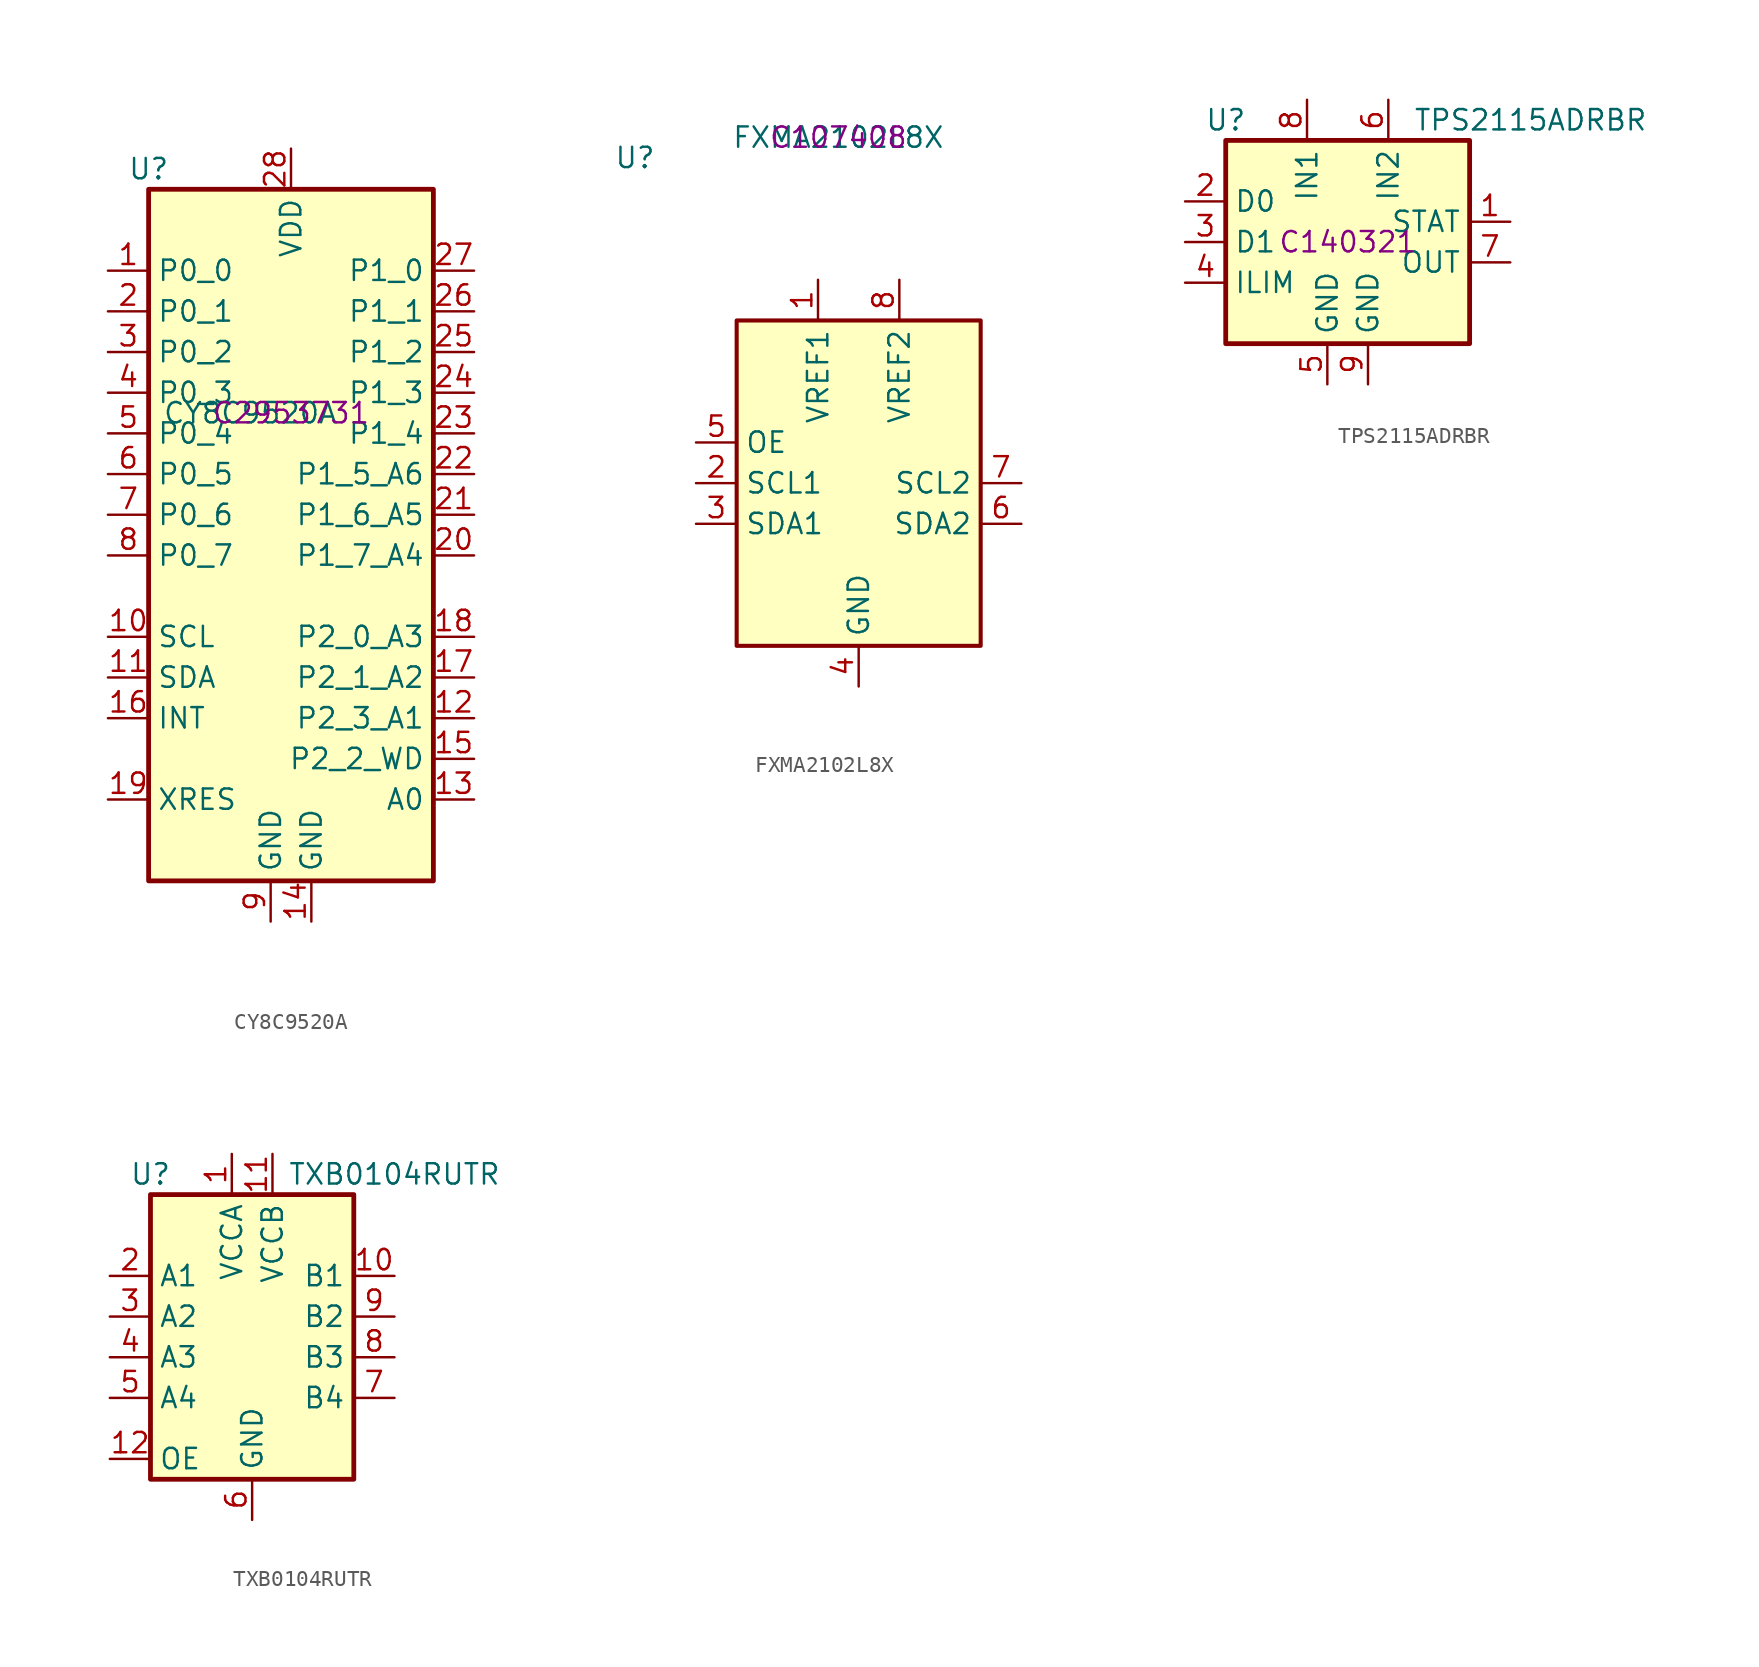
<source format=kicad_sym>
(kicad_symbol_lib
  (version 20220914)
  (generator kicad_symbol_editor)
  (symbol "CY8C9520A"
    (property "Reference" "U"
      (at -8.89 15.24 0)
      (effects (font (size 1.27 1.27))))
    (property "Value" "CY8C9520A"
      (at -2.54 0 0)
      (effects (font (size 1.27 1.27))))
    (property "LCSC Part" "C2953731"
      (at 0 0 0)
      (effects (font (size 1.27 1.27))))
    (symbol "CY8C9520A_1_0"
      (pin input line (at -11.43 -13.97 0) (length 2.54) (name "SCL" (effects (font (size 1.27 1.27)))) (number "10" (effects (font (size 1.27 1.27)))))
      (pin bidirectional line (at -11.43 -16.51 0) (length 2.54) (name "SDA" (effects (font (size 1.27 1.27)))) (number "11" (effects (font (size 1.27 1.27)))))
      (pin bidirectional line (at 11.43 -19.05 180) (length 2.54) (name "P2_3_A1" (effects (font (size 1.27 1.27)))) (number "12" (effects (font (size 1.27 1.27)))))
      (pin bidirectional line (at 11.43 -24.13 180) (length 2.54) (name "A0" (effects (font (size 1.27 1.27)))) (number "13" (effects (font (size 1.27 1.27)))))
      (pin power_in line (at 1.27 -31.75 90) (length 2.54) (name "GND" (effects (font (size 1.27 1.27)))) (number "14" (effects (font (size 1.27 1.27)))))
      (pin bidirectional line (at 11.43 -21.59 180) (length 2.54) (name "P2_2_WD" (effects (font (size 1.27 1.27)))) (number "15" (effects (font (size 1.27 1.27)))))
      (pin output line (at -11.43 -19.05 0) (length 2.54) (name "INT" (effects (font (size 1.27 1.27)))) (number "16" (effects (font (size 1.27 1.27)))))
      (pin bidirectional line (at 11.43 -16.51 180) (length 2.54) (name "P2_1_A2" (effects (font (size 1.27 1.27)))) (number "17" (effects (font (size 1.27 1.27)))))
      (pin bidirectional line (at 11.43 -13.97 180) (length 2.54) (name "P2_0_A3" (effects (font (size 1.27 1.27)))) (number "18" (effects (font (size 1.27 1.27)))))
      (pin input line (at -11.43 -24.13 0) (length 2.54) (name "XRES" (effects (font (size 1.27 1.27)))) (number "19" (effects (font (size 1.27 1.27)))))
      (pin bidirectional line (at -11.43 6.35 0) (length 2.54) (name "P0_1" (effects (font (size 1.27 1.27)))) (number "2" (effects (font (size 1.27 1.27)))))
      (pin bidirectional line (at 11.43 -8.89 180) (length 2.54) (name "P1_7_A4" (effects (font (size 1.27 1.27)))) (number "20" (effects (font (size 1.27 1.27)))))
      (pin bidirectional line (at 11.43 -6.35 180) (length 2.54) (name "P1_6_A5" (effects (font (size 1.27 1.27)))) (number "21" (effects (font (size 1.27 1.27)))))
      (pin bidirectional line (at 11.43 -3.81 180) (length 2.54) (name "P1_5_A6" (effects (font (size 1.27 1.27)))) (number "22" (effects (font (size 1.27 1.27)))))
      (pin bidirectional line (at 11.43 -1.27 180) (length 2.54) (name "P1_4" (effects (font (size 1.27 1.27)))) (number "23" (effects (font (size 1.27 1.27)))))
      (pin bidirectional line (at 11.43 1.27 180) (length 2.54) (name "P1_3" (effects (font (size 1.27 1.27)))) (number "24" (effects (font (size 1.27 1.27)))))
      (pin bidirectional line (at 11.43 3.81 180) (length 2.54) (name "P1_2" (effects (font (size 1.27 1.27)))) (number "25" (effects (font (size 1.27 1.27)))))
      (pin bidirectional line (at 11.43 6.35 180) (length 2.54) (name "P1_1" (effects (font (size 1.27 1.27)))) (number "26" (effects (font (size 1.27 1.27)))))
      (pin bidirectional line (at 11.43 8.89 180) (length 2.54) (name "P1_0" (effects (font (size 1.27 1.27)))) (number "27" (effects (font (size 1.27 1.27)))))
      (pin power_in line (at 0 16.51 270) (length 2.54) (name "VDD" (effects (font (size 1.27 1.27)))) (number "28" (effects (font (size 1.27 1.27)))))
      (pin bidirectional line (at -11.43 3.81 0) (length 2.54) (name "P0_2" (effects (font (size 1.27 1.27)))) (number "3" (effects (font (size 1.27 1.27)))))
      (pin bidirectional line (at -11.43 1.27 0) (length 2.54) (name "P0_3" (effects (font (size 1.27 1.27)))) (number "4" (effects (font (size 1.27 1.27)))))
      (pin bidirectional line (at -11.43 -1.27 0) (length 2.54) (name "P0_4" (effects (font (size 1.27 1.27)))) (number "5" (effects (font (size 1.27 1.27)))))
      (pin bidirectional line (at -11.43 -3.81 0) (length 2.54) (name "P0_5" (effects (font (size 1.27 1.27)))) (number "6" (effects (font (size 1.27 1.27)))))
      (pin bidirectional line (at -11.43 -6.35 0) (length 2.54) (name "P0_6" (effects (font (size 1.27 1.27)))) (number "7" (effects (font (size 1.27 1.27)))))
      (pin bidirectional line (at -11.43 -8.89 0) (length 2.54) (name "P0_7" (effects (font (size 1.27 1.27)))) (number "8" (effects (font (size 1.27 1.27)))))
      (pin power_in line (at -1.27 -31.75 90) (length 2.54) (name "GND" (effects (font (size 1.27 1.27)))) (number "9" (effects (font (size 1.27 1.27))))))
    (symbol "CY8C9520A_1_1"
      (rectangle (start -8.89 13.97) (end 8.89 -29.21) (stroke (width 0.3) (type default)) (fill (type background)))
      (pin bidirectional line (at -11.43 8.89 0) (length 2.54) (name "P0_0" (effects (font (size 1.27 1.27)))) (number "1" (effects (font (size 1.27 1.27)))))))
  (symbol "FXMA2102L8X"
    (property "Reference" "U"
      (at -13.97 21.59 0)
      (effects (font (size 1.27 1.27))))
    (property "Value" "FXMA2102L8X"
      (at -1.27 22.86 0)
      (effects (font (size 1.27 1.27))))
    (property "LCSC Part" "C107408"
      (at -1.27 22.86 0)
      (effects (font (size 1.27 1.27))))
    (symbol "FXMA2102L8X_0_1"
      (rectangle (start -7.62 11.43) (end 7.62 -8.89) (stroke (width 0.254) (type default)) (fill (type background))))
    (symbol "FXMA2102L8X_1_1"
      (pin power_in line (at -2.54 13.97 270) (length 2.54) (name "VREF1" (effects (font (size 1.27 1.27)))) (number "1" (effects (font (size 1.27 1.27)))))
      (pin bidirectional line (at -10.16 1.27 0) (length 2.54) (name "SCL1" (effects (font (size 1.27 1.27)))) (number "2" (effects (font (size 1.27 1.27)))))
      (pin bidirectional line (at -10.16 -1.27 0) (length 2.54) (name "SDA1" (effects (font (size 1.27 1.27)))) (number "3" (effects (font (size 1.27 1.27)))))
      (pin power_in line (at 0 -11.43 90) (length 2.54) (name "GND" (effects (font (size 1.27 1.27)))) (number "4" (effects (font (size 1.27 1.27)))))
      (pin input line (at -10.16 3.81 0) (length 2.54) (name "OE" (effects (font (size 1.27 1.27)))) (number "5" (effects (font (size 1.27 1.27)))))
      (pin bidirectional line (at 10.16 -1.27 180) (length 2.54) (name "SDA2" (effects (font (size 1.27 1.27)))) (number "6" (effects (font (size 1.27 1.27)))))
      (pin bidirectional line (at 10.16 1.27 180) (length 2.54) (name "SCL2" (effects (font (size 1.27 1.27)))) (number "7" (effects (font (size 1.27 1.27)))))
      (pin power_in line (at 2.54 13.97 270) (length 2.54) (name "VREF2" (effects (font (size 1.27 1.27)))) (number "8" (effects (font (size 1.27 1.27)))))))
  (symbol "TPS2115ADRBR"
    (property "Reference" "U"
      (at -7.62 7.62 0)
      (effects (font (size 1.27 1.27))))
    (property "Value" "TPS2115ADRBR"
      (at 11.43 7.62 0)
      (effects (font (size 1.27 1.27))))
    (property "LCSC Part" "C140321"
      (at 0 0 0)
      (effects (font (size 1.27 1.27))))
    (symbol "TPS2115ADRBR_1_1"
      (rectangle (start -7.62 6.35) (end 7.62 -6.35) (stroke (width 0.3) (type default)) (fill (type background)))
      (pin open_collector line (at 10.16 1.27 180) (length 2.54) (name "STAT" (effects (font (size 1.27 1.27)))) (number "1" (effects (font (size 1.27 1.27)))))
      (pin input line (at -10.16 2.54 0) (length 2.54) (name "D0" (effects (font (size 1.27 1.27)))) (number "2" (effects (font (size 1.27 1.27)))))
      (pin input line (at -10.16 0 0) (length 2.54) (name "D1" (effects (font (size 1.27 1.27)))) (number "3" (effects (font (size 1.27 1.27)))))
      (pin input line (at -10.16 -2.54 0) (length 2.54) (name "ILIM" (effects (font (size 1.27 1.27)))) (number "4" (effects (font (size 1.27 1.27)))))
      (pin power_in line (at -1.27 -8.89 90) (length 2.54) (name "GND" (effects (font (size 1.27 1.27)))) (number "5" (effects (font (size 1.27 1.27)))))
      (pin power_in line (at 2.54 8.89 270) (length 2.54) (name "IN2" (effects (font (size 1.27 1.27)))) (number "6" (effects (font (size 1.27 1.27)))))
      (pin power_out line (at 10.16 -1.27 180) (length 2.54) (name "OUT" (effects (font (size 1.27 1.27)))) (number "7" (effects (font (size 1.27 1.27)))))
      (pin power_in line (at -2.54 8.89 270) (length 2.54) (name "IN1" (effects (font (size 1.27 1.27)))) (number "8" (effects (font (size 1.27 1.27)))))
      (pin power_in line (at 1.27 -8.89 90) (length 2.54) (name "GND" (effects (font (size 1.27 1.27)))) (number "9" (effects (font (size 1.27 1.27)))))))
  (symbol "TXB0104RUTR"
    (property "Reference" "U"
      (at -6.35 -3.81 0)
      (effects (font (size 1.27 1.27))))
    (property "Value" "TXB0104RUTR"
      (at 8.89 -3.81 0)
      (effects (font (size 1.27 1.27))))
    (symbol "TXB0104RUTR_1_1"
      (rectangle (start -6.35 -5.08) (end 6.35 -22.86) (stroke (width 0.3) (type default)) (fill (type background)))
      (pin power_in line (at -1.27 -2.54 270) (length 2.54) (name "VCCA" (effects (font (size 1.27 1.27)))) (number "1" (effects (font (size 1.27 1.27)))))
      (pin bidirectional line (at 8.89 -10.16 180) (length 2.54) (name "B1" (effects (font (size 1.27 1.27)))) (number "10" (effects (font (size 1.27 1.27)))))
      (pin power_in line (at 1.27 -2.54 270) (length 2.54) (name "VCCB" (effects (font (size 1.27 1.27)))) (number "11" (effects (font (size 1.27 1.27)))))
      (pin input line (at -8.89 -21.59 0) (length 2.54) (name "OE" (effects (font (size 1.27 1.27)))) (number "12" (effects (font (size 1.27 1.27)))))
      (pin bidirectional line (at -8.89 -10.16 0) (length 2.54) (name "A1" (effects (font (size 1.27 1.27)))) (number "2" (effects (font (size 1.27 1.27)))))
      (pin bidirectional line (at -8.89 -12.7 0) (length 2.54) (name "A2" (effects (font (size 1.27 1.27)))) (number "3" (effects (font (size 1.27 1.27)))))
      (pin bidirectional line (at -8.89 -15.24 0) (length 2.54) (name "A3" (effects (font (size 1.27 1.27)))) (number "4" (effects (font (size 1.27 1.27)))))
      (pin bidirectional line (at -8.89 -17.78 0) (length 2.54) (name "A4" (effects (font (size 1.27 1.27)))) (number "5" (effects (font (size 1.27 1.27)))))
      (pin power_in line (at 0 -25.4 90) (length 2.54) (name "GND" (effects (font (size 1.27 1.27)))) (number "6" (effects (font (size 1.27 1.27)))))
      (pin bidirectional line (at 8.89 -17.78 180) (length 2.54) (name "B4" (effects (font (size 1.27 1.27)))) (number "7" (effects (font (size 1.27 1.27)))))
      (pin bidirectional line (at 8.89 -15.24 180) (length 2.54) (name "B3" (effects (font (size 1.27 1.27)))) (number "8" (effects (font (size 1.27 1.27)))))
      (pin bidirectional line (at 8.89 -12.7 180) (length 2.54) (name "B2" (effects (font (size 1.27 1.27)))) (number "9" (effects (font (size 1.27 1.27))))))))
</source>
